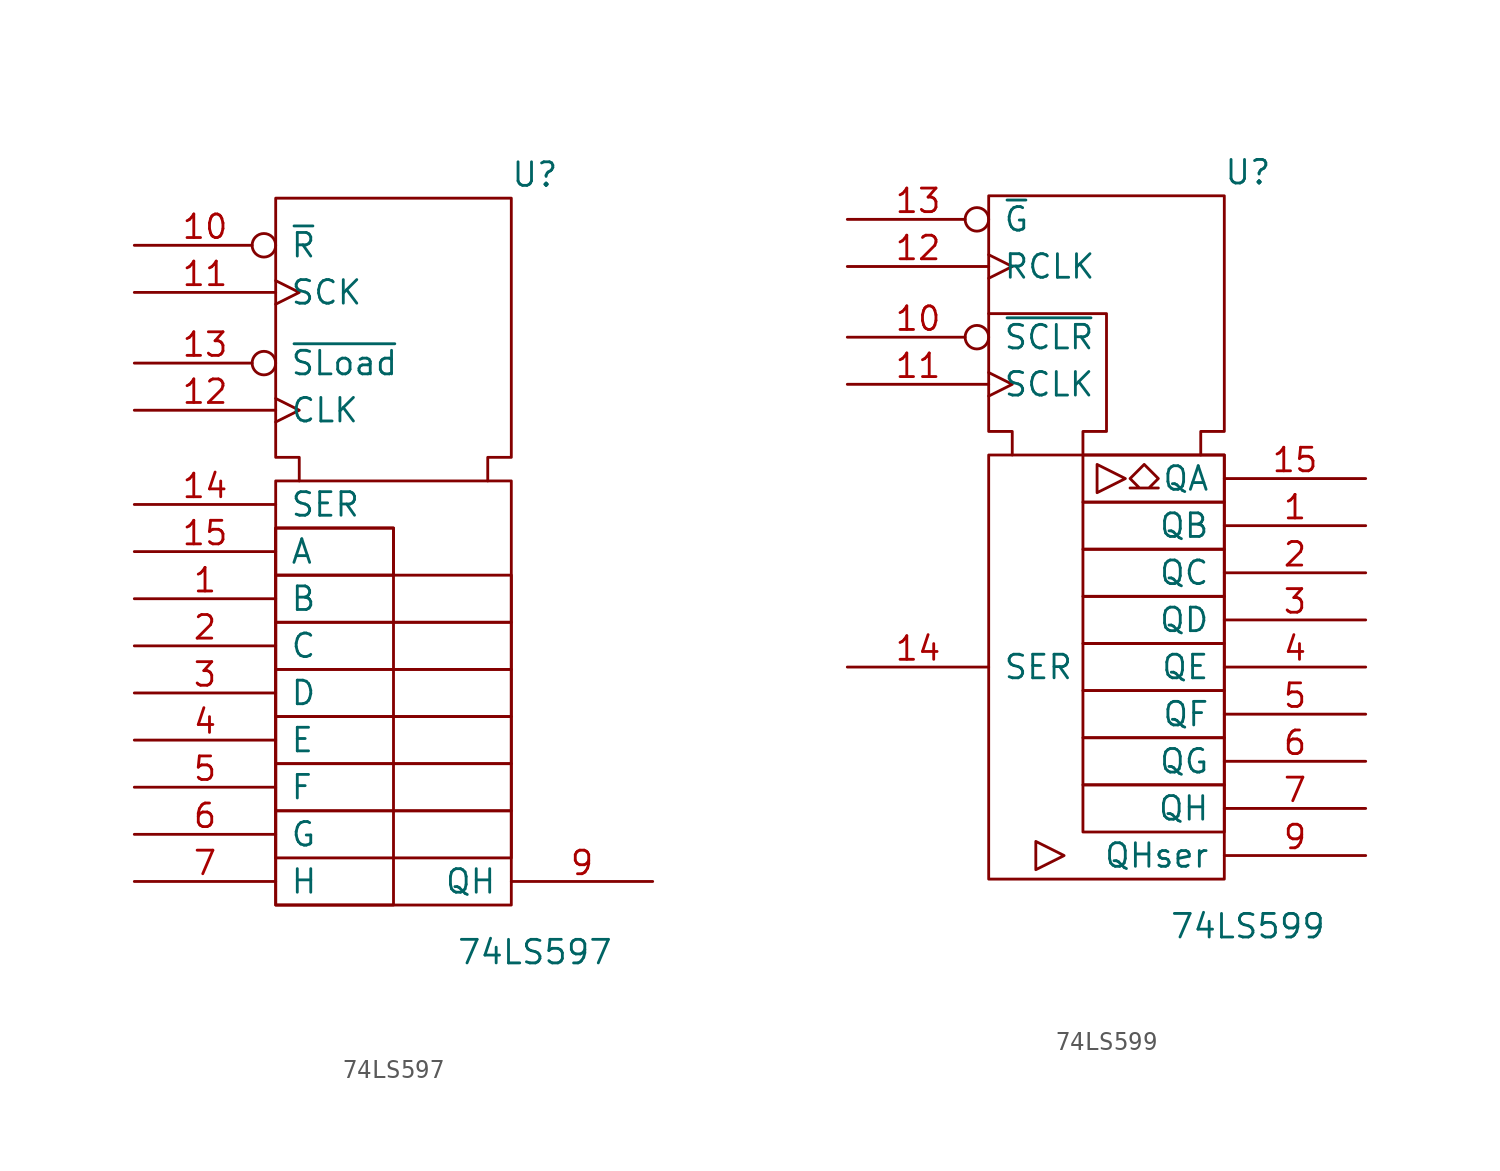
<source format=kicad_sym>
(kicad_symbol_lib
  (version 20231120)
  (generator "kicad_symbol_editor")
  (generator_version "8.0")
  (symbol "74LS597"
    (pin_names
      (offset 0.762))
    (property "Reference" "U"
      (at 7.62 21.59 0)
      (effects (font (size 1.27 1.27))))
    (property "Value" "74LS597"
      (at 7.62 -20.32 0)
      (effects (font (size 1.27 1.27))))
    (symbol "74LS597_0_0"
      (rectangle (start -6.35 -15.24) (end -6.35 -15.24) (stroke (width 0) (type default)) (fill (type none)))
      (rectangle (start -6.35 -12.7) (end 6.35 -15.24) (stroke (width 0) (type default)) (fill (type none)))
      (rectangle (start -6.35 -10.16) (end 6.35 -12.7) (stroke (width 0) (type default)) (fill (type none)))
      (rectangle (start -6.35 -7.62) (end 6.35 -10.16) (stroke (width 0) (type default)) (fill (type none)))
      (rectangle (start -6.35 -5.08) (end 6.35 -7.62) (stroke (width 0) (type default)) (fill (type none)))
      (rectangle (start -6.35 -2.54) (end 6.35 -5.08) (stroke (width 0) (type default)) (fill (type none)))
      (rectangle (start -6.35 0) (end 6.35 -2.54) (stroke (width 0) (type default)) (fill (type none)))
      (rectangle (start -6.35 2.54) (end 0 -17.78) (stroke (width 0) (type default)) (fill (type none)))
      (rectangle (start -6.35 2.54) (end 0 0) (stroke (width 0) (type default)) (fill (type none)))
      (rectangle (start -6.35 5.08) (end 6.35 -17.78) (stroke (width 0) (type default)) (fill (type none)))
      (polyline (pts (xy -5.08 5.08) (xy -5.08 6.35) (xy -6.35 6.35) (xy -6.35 20.32) (xy 6.35 20.32) (xy 6.35 6.35) (xy 5.08 6.35) (xy 5.08 5.08) (xy 5.08 5.08)) (stroke (width 0) (type default)) (fill (type none))))
    (symbol "74LS597_0_1"
      (pin power_in line (at 0 20.32 270) (length 0) hide (name "GND" (effects (font (size 1.27 1.27)))) (number "8" (effects (font (size 1.27 1.27))))))
    (symbol "74LS597_1_1"
      (pin input line (at -13.97 -1.27 0) (length 7.62) (name "B" (effects (font (size 1.27 1.27)))) (number "1" (effects (font (size 1.27 1.27)))))
      (pin input inverted (at -13.97 17.78 0) (length 7.62) (name "~{R}" (effects (font (size 1.27 1.27)))) (number "10" (effects (font (size 1.27 1.27)))))
      (pin input clock (at -13.97 15.24 0) (length 7.62) (name "SCK" (effects (font (size 1.27 1.27)))) (number "11" (effects (font (size 1.27 1.27)))))
      (pin input clock (at -13.97 8.89 0) (length 7.62) (name "CLK" (effects (font (size 1.27 1.27)))) (number "12" (effects (font (size 1.27 1.27)))))
      (pin input inverted (at -13.97 11.43 0) (length 7.62) (name "~{SLoad}" (effects (font (size 1.27 1.27)))) (number "13" (effects (font (size 1.27 1.27)))))
      (pin input line (at -13.97 3.81 0) (length 7.62) (name "SER" (effects (font (size 1.27 1.27)))) (number "14" (effects (font (size 1.27 1.27)))))
      (pin input line (at -13.97 1.27 0) (length 7.62) (name "A" (effects (font (size 1.27 1.27)))) (number "15" (effects (font (size 1.27 1.27)))))
      (pin power_in line (at 3.81 20.32 270) (length 0) hide (name "VCC" (effects (font (size 1.27 1.27)))) (number "16" (effects (font (size 1.27 1.27)))))
      (pin input line (at -13.97 -3.81 0) (length 7.62) (name "C" (effects (font (size 1.27 1.27)))) (number "2" (effects (font (size 1.27 1.27)))))
      (pin input line (at -13.97 -6.35 0) (length 7.62) (name "D" (effects (font (size 1.27 1.27)))) (number "3" (effects (font (size 1.27 1.27)))))
      (pin input line (at -13.97 -8.89 0) (length 7.62) (name "E" (effects (font (size 1.27 1.27)))) (number "4" (effects (font (size 1.27 1.27)))))
      (pin input line (at -13.97 -11.43 0) (length 7.62) (name "F" (effects (font (size 1.27 1.27)))) (number "5" (effects (font (size 1.27 1.27)))))
      (pin input line (at -13.97 -13.97 0) (length 7.62) (name "G" (effects (font (size 1.27 1.27)))) (number "6" (effects (font (size 1.27 1.27)))))
      (pin input line (at -13.97 -16.51 0) (length 7.62) (name "H" (effects (font (size 1.27 1.27)))) (number "7" (effects (font (size 1.27 1.27)))))
      (pin tri_state line (at 13.97 -16.51 180) (length 7.62) (name "QH" (effects (font (size 1.27 1.27)))) (number "9" (effects (font (size 1.27 1.27)))))))
  (symbol "74LS599"
    (pin_names
      (offset 0.762))
    (property "Reference" "U"
      (at 7.62 20.32 0)
      (effects (font (size 1.27 1.27))))
    (property "Value" "74LS599"
      (at 7.62 -20.32 0)
      (effects (font (size 1.27 1.27))))
    (symbol "74LS599_0_0"
      (rectangle (start -6.35 5.08) (end 6.35 -17.78) (stroke (width 0) (type default)) (fill (type none)))
      (polyline (pts (xy -2.286 -16.51) (xy -3.81 -15.748) (xy -3.81 -17.272) (xy -2.286 -16.51) (xy -2.286 -16.51)) (stroke (width 0) (type default)) (fill (type none)))
      (polyline (pts (xy -0.508 4.572) (xy -0.508 3.048) (xy 1.016 3.81) (xy -0.508 4.572) (xy -0.508 4.572)) (stroke (width 0) (type default)) (fill (type none)))
      (polyline (pts (xy -6.35 12.7) (xy 0 12.7) (xy 0 6.35) (xy -1.27 6.35) (xy -1.27 5.08) (xy -1.27 5.08)) (stroke (width 0) (type default)) (fill (type none)))
      (polyline (pts (xy 2.794 3.302) (xy 1.27 3.302) (xy 1.778 3.302) (xy 1.27 3.81) (xy 2.032 4.572) (xy 2.794 3.81) (xy 2.286 3.302) (xy 2.286 3.302)) (stroke (width 0) (type default)) (fill (type none)))
      (polyline (pts (xy -5.08 5.08) (xy -5.08 6.35) (xy -6.35 6.35) (xy -6.35 19.05) (xy 6.35 19.05) (xy 6.35 6.35) (xy 5.08 6.35) (xy 5.08 5.08) (xy 5.08 5.08)) (stroke (width 0) (type default)) (fill (type none))))
    (symbol "74LS599_0_1"
      (rectangle (start -1.27 -12.7) (end 6.35 -15.24) (stroke (width 0) (type default)) (fill (type none)))
      (rectangle (start -1.27 -10.16) (end 6.35 -12.7) (stroke (width 0) (type default)) (fill (type none)))
      (rectangle (start -1.27 -7.62) (end 6.35 -10.16) (stroke (width 0) (type default)) (fill (type none)))
      (rectangle (start -1.27 -5.08) (end 6.35 -7.62) (stroke (width 0) (type default)) (fill (type none)))
      (rectangle (start -1.27 -2.54) (end 6.35 -5.08) (stroke (width 0) (type default)) (fill (type none)))
      (rectangle (start -1.27 0) (end 6.35 -2.54) (stroke (width 0) (type default)) (fill (type none)))
      (rectangle (start -1.27 2.54) (end 6.35 0) (stroke (width 0) (type default)) (fill (type none)))
      (rectangle (start -1.27 5.08) (end 6.35 2.54) (stroke (width 0) (type default)) (fill (type none)))
      (pin power_in line (at 0 19.05 270) (length 0) hide (name "GND" (effects (font (size 1.27 1.27)))) (number "8" (effects (font (size 1.27 1.27))))))
    (symbol "74LS599_1_1"
      (pin tri_state line (at 13.97 1.27 180) (length 7.62) (name "QB" (effects (font (size 1.27 1.27)))) (number "1" (effects (font (size 1.27 1.27)))))
      (pin input inverted (at -13.97 11.43 0) (length 7.62) (name "~{SCLR}" (effects (font (size 1.27 1.27)))) (number "10" (effects (font (size 1.27 1.27)))))
      (pin input clock (at -13.97 8.89 0) (length 7.62) (name "SCLK" (effects (font (size 1.27 1.27)))) (number "11" (effects (font (size 1.27 1.27)))))
      (pin input clock (at -13.97 15.24 0) (length 7.62) (name "RCLK" (effects (font (size 1.27 1.27)))) (number "12" (effects (font (size 1.27 1.27)))))
      (pin input inverted (at -13.97 17.78 0) (length 7.62) (name "~{G}" (effects (font (size 1.27 1.27)))) (number "13" (effects (font (size 1.27 1.27)))))
      (pin input line (at -13.97 -6.35 0) (length 7.62) (name "SER" (effects (font (size 1.27 1.27)))) (number "14" (effects (font (size 1.27 1.27)))))
      (pin tri_state line (at 13.97 3.81 180) (length 7.62) (name "QA" (effects (font (size 1.27 1.27)))) (number "15" (effects (font (size 1.27 1.27)))))
      (pin power_in line (at 3.81 19.05 270) (length 0) hide (name "VCC" (effects (font (size 1.27 1.27)))) (number "16" (effects (font (size 1.27 1.27)))))
      (pin tri_state line (at 13.97 -1.27 180) (length 7.62) (name "QC" (effects (font (size 1.27 1.27)))) (number "2" (effects (font (size 1.27 1.27)))))
      (pin tri_state line (at 13.97 -3.81 180) (length 7.62) (name "QD" (effects (font (size 1.27 1.27)))) (number "3" (effects (font (size 1.27 1.27)))))
      (pin tri_state line (at 13.97 -6.35 180) (length 7.62) (name "QE" (effects (font (size 1.27 1.27)))) (number "4" (effects (font (size 1.27 1.27)))))
      (pin tri_state line (at 13.97 -8.89 180) (length 7.62) (name "QF" (effects (font (size 1.27 1.27)))) (number "5" (effects (font (size 1.27 1.27)))))
      (pin tri_state line (at 13.97 -11.43 180) (length 7.62) (name "QG" (effects (font (size 1.27 1.27)))) (number "6" (effects (font (size 1.27 1.27)))))
      (pin tri_state line (at 13.97 -13.97 180) (length 7.62) (name "QH" (effects (font (size 1.27 1.27)))) (number "7" (effects (font (size 1.27 1.27)))))
      (pin output line (at 13.97 -16.51 180) (length 7.62) (name "QHser" (effects (font (size 1.27 1.27)))) (number "9" (effects (font (size 1.27 1.27))))))))
</source>
